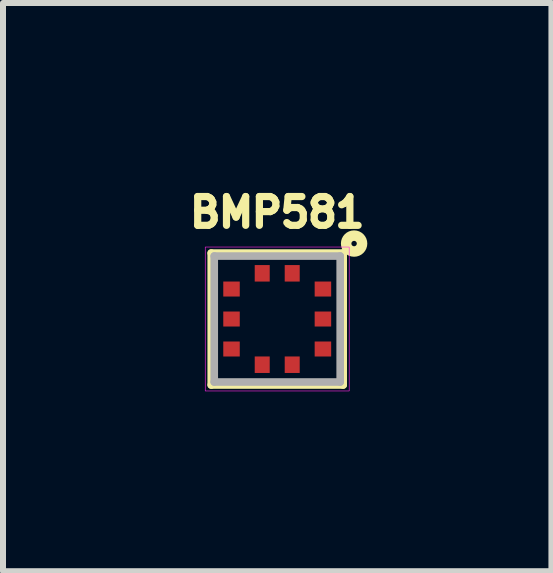
<source format=kicad_pcb>
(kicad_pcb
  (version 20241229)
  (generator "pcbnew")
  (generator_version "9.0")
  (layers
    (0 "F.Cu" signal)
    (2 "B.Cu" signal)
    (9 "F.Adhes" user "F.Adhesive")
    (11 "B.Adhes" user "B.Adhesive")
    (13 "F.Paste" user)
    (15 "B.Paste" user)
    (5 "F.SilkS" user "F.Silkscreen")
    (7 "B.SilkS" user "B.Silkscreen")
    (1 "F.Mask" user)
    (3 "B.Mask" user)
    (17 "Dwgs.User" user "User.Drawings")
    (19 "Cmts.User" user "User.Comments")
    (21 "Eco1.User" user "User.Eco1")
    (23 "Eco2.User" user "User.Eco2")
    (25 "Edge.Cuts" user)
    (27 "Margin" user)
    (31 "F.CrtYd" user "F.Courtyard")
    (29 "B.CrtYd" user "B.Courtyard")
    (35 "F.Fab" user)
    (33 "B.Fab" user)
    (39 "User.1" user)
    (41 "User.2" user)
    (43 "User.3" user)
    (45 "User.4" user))
  (footprint "BMP581"
    (layer "F.Cu")
    (at 1.572 2.269)
    (property "Reference" "BMP581" (at 0 -1.778 0) (layer "F.SilkS") (effects (font (size 0.48 0.48) (thickness 0.15))))
    (attr smd)
    (fp_line (start -1.1 -1.1) (end 1.1 -1.1) (stroke (width 0.127) (type solid)) (layer "F.SilkS"))
    (fp_line (start -1.1 1.1) (end -1.1 -1.1) (stroke (width 0.127) (type solid)) (layer "F.SilkS"))
    (fp_line (start 1.1 -1.1) (end 1.1 1.1) (stroke (width 0.127) (type solid)) (layer "F.SilkS"))
    (fp_line (start 1.1 1.1) (end -1.1 1.1) (stroke (width 0.127) (type solid)) (layer "F.SilkS"))
    (fp_circle (center 1.282 -1.258) (end 1.327 -1.258) (stroke (width 0.175) (type solid)) (fill no) (layer "F.SilkS"))
    (fp_poly (pts (xy -0.875 -0.6) (xy -0.65 -0.6) (xy -0.65 -0.4) (xy -0.875 -0.4)) (stroke (width 0.01) (type solid)) (fill yes) (layer "F.Paste"))
    (fp_poly (pts (xy -0.875 -0.1) (xy -0.65 -0.1) (xy -0.65 0.1) (xy -0.875 0.1)) (stroke (width 0.01) (type solid)) (fill yes) (layer "F.Paste"))
    (fp_poly (pts (xy -0.875 0.4) (xy -0.65 0.4) (xy -0.65 0.6) (xy -0.875 0.6)) (stroke (width 0.01) (type solid)) (fill yes) (layer "F.Paste"))
    (fp_poly (pts (xy -0.35 -0.65) (xy -0.35 -0.875) (xy -0.15 -0.875) (xy -0.15 -0.65)) (stroke (width 0.01) (type solid)) (fill yes) (layer "F.Paste"))
    (fp_poly (pts (xy -0.35 0.875) (xy -0.35 0.65) (xy -0.15 0.65) (xy -0.15 0.875)) (stroke (width 0.01) (type solid)) (fill yes) (layer "F.Paste"))
    (fp_poly (pts (xy 0.15 -0.65) (xy 0.15 -0.875) (xy 0.35 -0.875) (xy 0.35 -0.65)) (stroke (width 0.01) (type solid)) (fill yes) (layer "F.Paste"))
    (fp_poly (pts (xy 0.15 0.875) (xy 0.15 0.65) (xy 0.35 0.65) (xy 0.35 0.875)) (stroke (width 0.01) (type solid)) (fill yes) (layer "F.Paste"))
    (fp_poly (pts (xy 0.65 -0.6) (xy 0.875 -0.6) (xy 0.875 -0.4) (xy 0.65 -0.4)) (stroke (width 0.01) (type solid)) (fill yes) (layer "F.Paste"))
    (fp_poly (pts (xy 0.65 -0.1) (xy 0.875 -0.1) (xy 0.875 0.1) (xy 0.65 0.1)) (stroke (width 0.01) (type solid)) (fill yes) (layer "F.Paste"))
    (fp_poly (pts (xy 0.65 0.4) (xy 0.875 0.4) (xy 0.875 0.6) (xy 0.65 0.6)) (stroke (width 0.01) (type solid)) (fill yes) (layer "F.Paste"))
    (fp_poly (pts (xy -1.2 -1.2) (xy 1.2 -1.2) (xy 1.2 1.2) (xy -1.2 1.2)) (stroke (width 0.01) (type solid)) (fill no) (layer "F.CrtYd"))
    (fp_line (start -1.05 -1.05) (end 1.05 -1.05) (stroke (width 0.127) (type solid)) (layer "F.Fab"))
    (fp_line (start -1.05 1.05) (end -1.05 -1.05) (stroke (width 0.127) (type solid)) (layer "F.Fab"))
    (fp_line (start 1.05 -1.05) (end 1.05 1.05) (stroke (width 0.127) (type solid)) (layer "F.Fab"))
    (fp_line (start 1.05 1.05) (end -1.05 1.05) (stroke (width 0.127) (type solid)) (layer "F.Fab"))
    (pad "1" smd rect (at 0.25 -0.762) (size 0.25 0.275) (layers "F.Cu" "F.Mask"))
    (pad "2" smd rect (at -0.25 -0.762) (size 0.25 0.275) (layers "F.Cu" "F.Mask"))
    (pad "3" smd rect (at -0.762 -0.5) (size 0.275 0.25) (layers "F.Cu" "F.Mask"))
    (pad "4" smd rect (at -0.762 0) (size 0.275 0.25) (layers "F.Cu" "F.Mask"))
    (pad "5" smd rect (at -0.762 0.5) (size 0.275 0.25) (layers "F.Cu" "F.Mask"))
    (pad "6" smd rect (at -0.25 0.762) (size 0.25 0.275) (layers "F.Cu" "F.Mask"))
    (pad "7" smd rect (at 0.25 0.762) (size 0.25 0.275) (layers "F.Cu" "F.Mask"))
    (pad "8" smd rect (at 0.762 0.5) (size 0.275 0.25) (layers "F.Cu" "F.Mask"))
    (pad "9" smd rect (at 0.762 0) (size 0.275 0.25) (layers "F.Cu" "F.Mask"))
    (pad "10" smd rect (at 0.762 -0.5) (size 0.275 0.25) (layers "F.Cu" "F.Mask")))
  (gr_rect
    (start -3 -3)
    (end 6.144 6.474)
    (stroke (width 0.1) (type default))
    (fill no)
    (layer "Edge.Cuts")))
</source>
